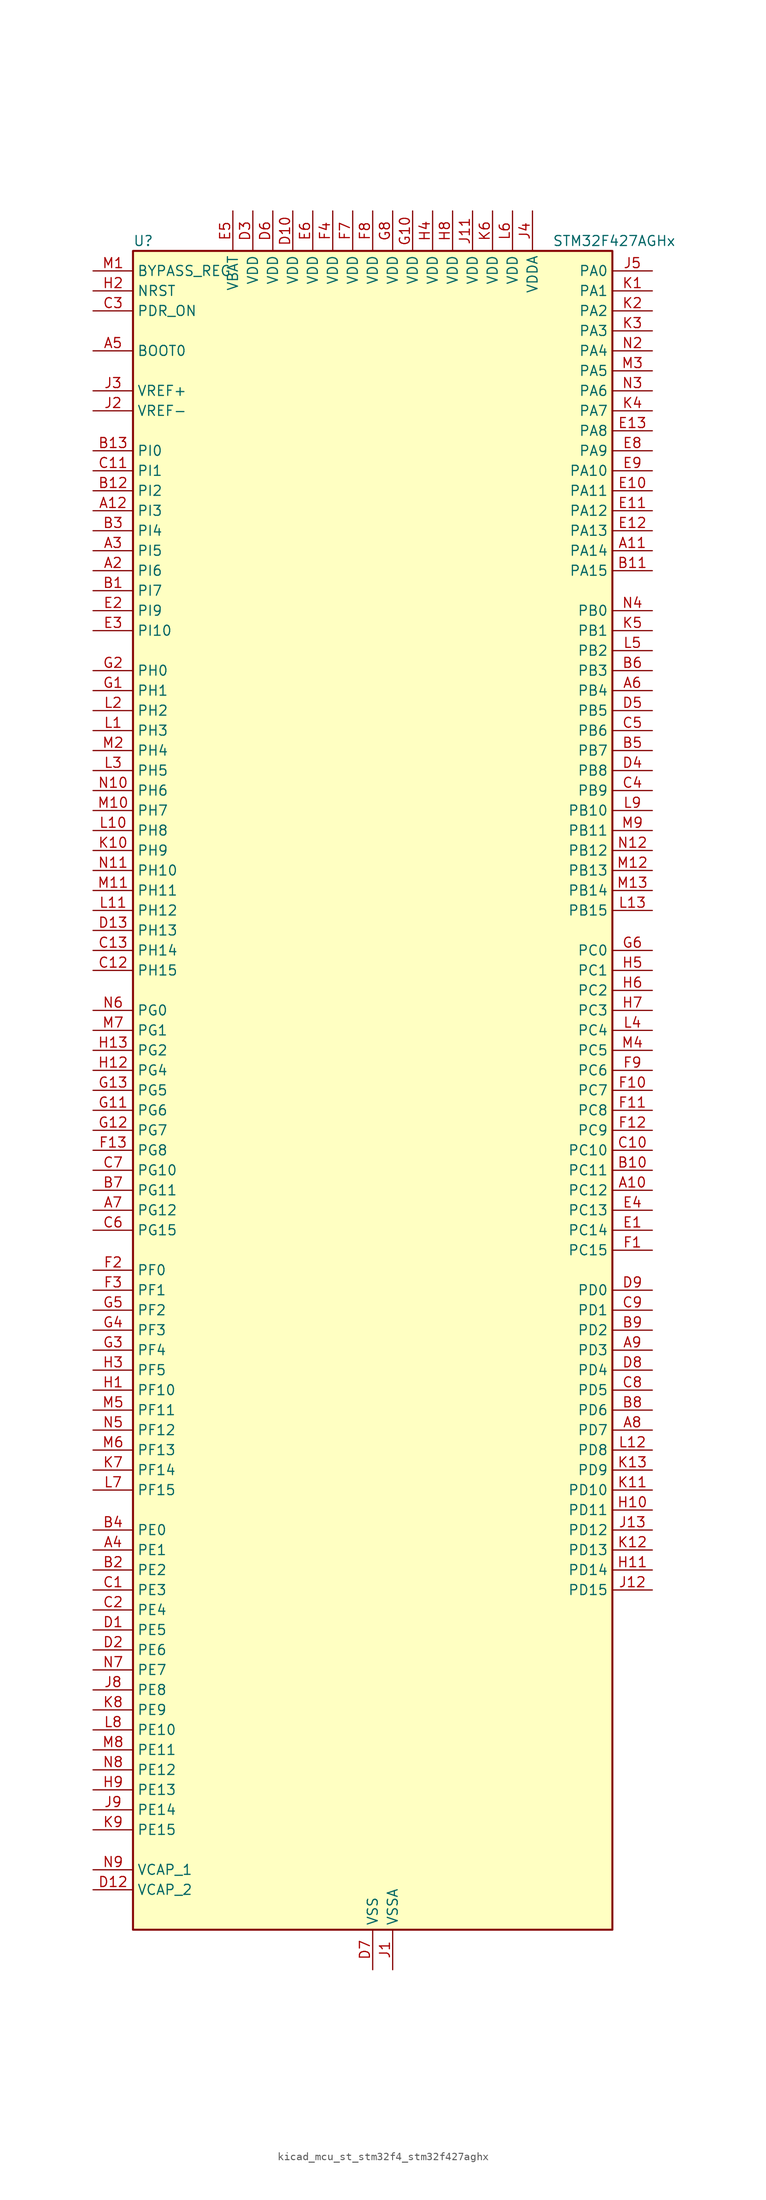
<source format=kicad_sym>
(kicad_symbol_lib
  (version 20220914)
  (generator kicad_symbol_editor)
  (symbol "kicad_mcu_st_stm32f4_stm32f427aghx"
    (property "Reference" "U"
      (at -30.48 107.95 0)
      (effects (font (size 1.27 1.27)) (justify left)))
    (property "Value" "STM32F427AGHx"
      (at 22.86 107.95 0)
      (effects (font (size 1.27 1.27)) (justify left)))
    (property "ki_locked" ""
      (at 0 0 0)
      (effects (font (size 1.27 1.27))))
    (symbol "kicad_mcu_st_stm32f4_stm32f427aghx_0_1"
      (rectangle (start -30.48 -106.68) (end 30.48 106.68) (stroke (width 0.254) (type default)) (fill (type background))))
    (symbol "kicad_mcu_st_stm32f4_stm32f427aghx_1_1"
      (pin no_connect line (at -30.48 -106.68 0) (length 5.08) hide (name "NC" (effects (font (size 1.27 1.27)))) (number "A1" (effects (font (size 1.27 1.27)))))
      (pin bidirectional line (at 35.56 -12.7 180) (length 5.08) (name "PC12" (effects (font (size 1.27 1.27)))) (number "A10" (effects (font (size 1.27 1.27)))) (alternate "DCMI_D9" bidirectional line) (alternate "I2S3_SD" bidirectional line) (alternate "SDIO_CK" bidirectional line) (alternate "SPI3_MOSI" bidirectional line) (alternate "UART5_TX" bidirectional line) (alternate "USART3_CK" bidirectional line))
      (pin bidirectional line (at 35.56 68.58 180) (length 5.08) (name "PA14" (effects (font (size 1.27 1.27)))) (number "A11" (effects (font (size 1.27 1.27)))) (alternate "SYS_JTCK-SWCLK" bidirectional line))
      (pin bidirectional line (at -35.56 73.66 0) (length 5.08) (name "PI3" (effects (font (size 1.27 1.27)))) (number "A12" (effects (font (size 1.27 1.27)))) (alternate "DCMI_D10" bidirectional line) (alternate "FMC_D27" bidirectional line) (alternate "I2S2_SD" bidirectional line) (alternate "SPI2_MOSI" bidirectional line) (alternate "TIM8_ETR" bidirectional line))
      (pin no_connect line (at -30.48 -104.14 0) (length 5.08) hide (name "NC" (effects (font (size 1.27 1.27)))) (number "A13" (effects (font (size 1.27 1.27)))))
      (pin bidirectional line (at -35.56 66.04 0) (length 5.08) (name "PI6" (effects (font (size 1.27 1.27)))) (number "A2" (effects (font (size 1.27 1.27)))) (alternate "DCMI_D6" bidirectional line) (alternate "FMC_D28" bidirectional line) (alternate "TIM8_CH2" bidirectional line))
      (pin bidirectional line (at -35.56 68.58 0) (length 5.08) (name "PI5" (effects (font (size 1.27 1.27)))) (number "A3" (effects (font (size 1.27 1.27)))) (alternate "DCMI_VSYNC" bidirectional line) (alternate "FMC_NBL3" bidirectional line) (alternate "TIM8_CH1" bidirectional line))
      (pin bidirectional line (at -35.56 -58.42 0) (length 5.08) (name "PE1" (effects (font (size 1.27 1.27)))) (number "A4" (effects (font (size 1.27 1.27)))) (alternate "DCMI_D3" bidirectional line) (alternate "FMC_NBL1" bidirectional line) (alternate "UART8_TX" bidirectional line))
      (pin input line (at -35.56 93.98 0) (length 5.08) (name "BOOT0" (effects (font (size 1.27 1.27)))) (number "A5" (effects (font (size 1.27 1.27)))))
      (pin bidirectional line (at 35.56 50.8 180) (length 5.08) (name "PB4" (effects (font (size 1.27 1.27)))) (number "A6" (effects (font (size 1.27 1.27)))) (alternate "I2S3_ext_SD" bidirectional line) (alternate "SPI1_MISO" bidirectional line) (alternate "SPI3_MISO" bidirectional line) (alternate "SYS_JTRST" bidirectional line) (alternate "TIM3_CH1" bidirectional line))
      (pin bidirectional line (at -35.56 -15.24 0) (length 5.08) (name "PG12" (effects (font (size 1.27 1.27)))) (number "A7" (effects (font (size 1.27 1.27)))) (alternate "FMC_NE4" bidirectional line) (alternate "USART6_RTS" bidirectional line))
      (pin bidirectional line (at 35.56 -43.18 180) (length 5.08) (name "PD7" (effects (font (size 1.27 1.27)))) (number "A8" (effects (font (size 1.27 1.27)))) (alternate "FMC_NCE2" bidirectional line) (alternate "FMC_NE1" bidirectional line) (alternate "USART2_CK" bidirectional line))
      (pin bidirectional line (at 35.56 -33.02 180) (length 5.08) (name "PD3" (effects (font (size 1.27 1.27)))) (number "A9" (effects (font (size 1.27 1.27)))) (alternate "DCMI_D5" bidirectional line) (alternate "FMC_CLK" bidirectional line) (alternate "I2S2_CK" bidirectional line) (alternate "SPI2_SCK" bidirectional line) (alternate "USART2_CTS" bidirectional line))
      (pin bidirectional line (at -35.56 63.5 0) (length 5.08) (name "PI7" (effects (font (size 1.27 1.27)))) (number "B1" (effects (font (size 1.27 1.27)))) (alternate "DCMI_D7" bidirectional line) (alternate "FMC_D29" bidirectional line) (alternate "TIM8_CH3" bidirectional line))
      (pin bidirectional line (at 35.56 -10.16 180) (length 5.08) (name "PC11" (effects (font (size 1.27 1.27)))) (number "B10" (effects (font (size 1.27 1.27)))) (alternate "ADC1_EXTI11" bidirectional line) (alternate "ADC2_EXTI11" bidirectional line) (alternate "ADC3_EXTI11" bidirectional line) (alternate "DCMI_D4" bidirectional line) (alternate "I2S3_ext_SD" bidirectional line) (alternate "SDIO_D3" bidirectional line) (alternate "SPI3_MISO" bidirectional line) (alternate "UART4_RX" bidirectional line) (alternate "USART3_RX" bidirectional line))
      (pin bidirectional line (at 35.56 66.04 180) (length 5.08) (name "PA15" (effects (font (size 1.27 1.27)))) (number "B11" (effects (font (size 1.27 1.27)))) (alternate "ADC1_EXTI15" bidirectional line) (alternate "ADC2_EXTI15" bidirectional line) (alternate "ADC3_EXTI15" bidirectional line) (alternate "I2S3_WS" bidirectional line) (alternate "SPI1_NSS" bidirectional line) (alternate "SPI3_NSS" bidirectional line) (alternate "SYS_JTDI" bidirectional line) (alternate "TIM2_CH1" bidirectional line) (alternate "TIM2_ETR" bidirectional line))
      (pin bidirectional line (at -35.56 76.2 0) (length 5.08) (name "PI2" (effects (font (size 1.27 1.27)))) (number "B12" (effects (font (size 1.27 1.27)))) (alternate "DCMI_D9" bidirectional line) (alternate "FMC_D26" bidirectional line) (alternate "I2S2_ext_SD" bidirectional line) (alternate "SPI2_MISO" bidirectional line) (alternate "TIM8_CH4" bidirectional line))
      (pin bidirectional line (at -35.56 81.28 0) (length 5.08) (name "PI0" (effects (font (size 1.27 1.27)))) (number "B13" (effects (font (size 1.27 1.27)))) (alternate "DCMI_D13" bidirectional line) (alternate "FMC_D24" bidirectional line) (alternate "I2S2_WS" bidirectional line) (alternate "SPI2_NSS" bidirectional line) (alternate "TIM5_CH4" bidirectional line))
      (pin bidirectional line (at -35.56 -60.96 0) (length 5.08) (name "PE2" (effects (font (size 1.27 1.27)))) (number "B2" (effects (font (size 1.27 1.27)))) (alternate "ETH_TXD3" bidirectional line) (alternate "FMC_A23" bidirectional line) (alternate "SAI1_MCLK_A" bidirectional line) (alternate "SPI4_SCK" bidirectional line) (alternate "SYS_TRACECLK" bidirectional line))
      (pin bidirectional line (at -35.56 71.12 0) (length 5.08) (name "PI4" (effects (font (size 1.27 1.27)))) (number "B3" (effects (font (size 1.27 1.27)))) (alternate "DCMI_D5" bidirectional line) (alternate "FMC_NBL2" bidirectional line) (alternate "TIM8_BKIN" bidirectional line))
      (pin bidirectional line (at -35.56 -55.88 0) (length 5.08) (name "PE0" (effects (font (size 1.27 1.27)))) (number "B4" (effects (font (size 1.27 1.27)))) (alternate "DCMI_D2" bidirectional line) (alternate "FMC_NBL0" bidirectional line) (alternate "TIM4_ETR" bidirectional line) (alternate "UART8_RX" bidirectional line))
      (pin bidirectional line (at 35.56 43.18 180) (length 5.08) (name "PB7" (effects (font (size 1.27 1.27)))) (number "B5" (effects (font (size 1.27 1.27)))) (alternate "DCMI_VSYNC" bidirectional line) (alternate "FMC_NL" bidirectional line) (alternate "I2C1_SDA" bidirectional line) (alternate "TIM4_CH2" bidirectional line) (alternate "USART1_RX" bidirectional line))
      (pin bidirectional line (at 35.56 53.34 180) (length 5.08) (name "PB3" (effects (font (size 1.27 1.27)))) (number "B6" (effects (font (size 1.27 1.27)))) (alternate "I2S3_CK" bidirectional line) (alternate "SPI1_SCK" bidirectional line) (alternate "SPI3_SCK" bidirectional line) (alternate "SYS_JTDO-SWO" bidirectional line) (alternate "TIM2_CH2" bidirectional line))
      (pin bidirectional line (at -35.56 -12.7 0) (length 5.08) (name "PG11" (effects (font (size 1.27 1.27)))) (number "B7" (effects (font (size 1.27 1.27)))) (alternate "ADC1_EXTI11" bidirectional line) (alternate "ADC2_EXTI11" bidirectional line) (alternate "ADC3_EXTI11" bidirectional line) (alternate "DCMI_D3" bidirectional line) (alternate "ETH_TX_EN" bidirectional line))
      (pin bidirectional line (at 35.56 -40.64 180) (length 5.08) (name "PD6" (effects (font (size 1.27 1.27)))) (number "B8" (effects (font (size 1.27 1.27)))) (alternate "DCMI_D10" bidirectional line) (alternate "FMC_NWAIT" bidirectional line) (alternate "I2S3_SD" bidirectional line) (alternate "SAI1_SD_A" bidirectional line) (alternate "SPI3_MOSI" bidirectional line) (alternate "USART2_RX" bidirectional line))
      (pin bidirectional line (at 35.56 -30.48 180) (length 5.08) (name "PD2" (effects (font (size 1.27 1.27)))) (number "B9" (effects (font (size 1.27 1.27)))) (alternate "DCMI_D11" bidirectional line) (alternate "SDIO_CMD" bidirectional line) (alternate "TIM3_ETR" bidirectional line) (alternate "UART5_RX" bidirectional line))
      (pin bidirectional line (at -35.56 -63.5 0) (length 5.08) (name "PE3" (effects (font (size 1.27 1.27)))) (number "C1" (effects (font (size 1.27 1.27)))) (alternate "FMC_A19" bidirectional line) (alternate "SAI1_SD_B" bidirectional line) (alternate "SYS_TRACED0" bidirectional line))
      (pin bidirectional line (at 35.56 -7.62 180) (length 5.08) (name "PC10" (effects (font (size 1.27 1.27)))) (number "C10" (effects (font (size 1.27 1.27)))) (alternate "DCMI_D8" bidirectional line) (alternate "I2S3_CK" bidirectional line) (alternate "SDIO_D2" bidirectional line) (alternate "SPI3_SCK" bidirectional line) (alternate "UART4_TX" bidirectional line) (alternate "USART3_TX" bidirectional line))
      (pin bidirectional line (at -35.56 78.74 0) (length 5.08) (name "PI1" (effects (font (size 1.27 1.27)))) (number "C11" (effects (font (size 1.27 1.27)))) (alternate "DCMI_D8" bidirectional line) (alternate "FMC_D25" bidirectional line) (alternate "I2S2_CK" bidirectional line) (alternate "SPI2_SCK" bidirectional line))
      (pin bidirectional line (at -35.56 15.24 0) (length 5.08) (name "PH15" (effects (font (size 1.27 1.27)))) (number "C12" (effects (font (size 1.27 1.27)))) (alternate "ADC1_EXTI15" bidirectional line) (alternate "ADC2_EXTI15" bidirectional line) (alternate "ADC3_EXTI15" bidirectional line) (alternate "DCMI_D11" bidirectional line) (alternate "FMC_D23" bidirectional line) (alternate "TIM8_CH3N" bidirectional line))
      (pin bidirectional line (at -35.56 17.78 0) (length 5.08) (name "PH14" (effects (font (size 1.27 1.27)))) (number "C13" (effects (font (size 1.27 1.27)))) (alternate "DCMI_D4" bidirectional line) (alternate "FMC_D22" bidirectional line) (alternate "TIM8_CH2N" bidirectional line))
      (pin bidirectional line (at -35.56 -66.04 0) (length 5.08) (name "PE4" (effects (font (size 1.27 1.27)))) (number "C2" (effects (font (size 1.27 1.27)))) (alternate "DCMI_D4" bidirectional line) (alternate "FMC_A20" bidirectional line) (alternate "SAI1_FS_A" bidirectional line) (alternate "SPI4_NSS" bidirectional line) (alternate "SYS_TRACED1" bidirectional line))
      (pin input line (at -35.56 99.06 0) (length 5.08) (name "PDR_ON" (effects (font (size 1.27 1.27)))) (number "C3" (effects (font (size 1.27 1.27)))))
      (pin bidirectional line (at 35.56 38.1 180) (length 5.08) (name "PB9" (effects (font (size 1.27 1.27)))) (number "C4" (effects (font (size 1.27 1.27)))) (alternate "CAN1_TX" bidirectional line) (alternate "DAC_EXTI9" bidirectional line) (alternate "DCMI_D7" bidirectional line) (alternate "I2C1_SDA" bidirectional line) (alternate "I2S2_WS" bidirectional line) (alternate "SDIO_D5" bidirectional line) (alternate "SPI2_NSS" bidirectional line) (alternate "TIM11_CH1" bidirectional line) (alternate "TIM4_CH4" bidirectional line))
      (pin bidirectional line (at 35.56 45.72 180) (length 5.08) (name "PB6" (effects (font (size 1.27 1.27)))) (number "C5" (effects (font (size 1.27 1.27)))) (alternate "CAN2_TX" bidirectional line) (alternate "DCMI_D5" bidirectional line) (alternate "FMC_SDNE1" bidirectional line) (alternate "I2C1_SCL" bidirectional line) (alternate "TIM4_CH1" bidirectional line) (alternate "USART1_TX" bidirectional line))
      (pin bidirectional line (at -35.56 -17.78 0) (length 5.08) (name "PG15" (effects (font (size 1.27 1.27)))) (number "C6" (effects (font (size 1.27 1.27)))) (alternate "ADC1_EXTI15" bidirectional line) (alternate "ADC2_EXTI15" bidirectional line) (alternate "ADC3_EXTI15" bidirectional line) (alternate "DCMI_D13" bidirectional line) (alternate "FMC_SDNCAS" bidirectional line) (alternate "USART6_CTS" bidirectional line))
      (pin bidirectional line (at -35.56 -10.16 0) (length 5.08) (name "PG10" (effects (font (size 1.27 1.27)))) (number "C7" (effects (font (size 1.27 1.27)))) (alternate "DCMI_D2" bidirectional line) (alternate "FMC_NE3" bidirectional line))
      (pin bidirectional line (at 35.56 -38.1 180) (length 5.08) (name "PD5" (effects (font (size 1.27 1.27)))) (number "C8" (effects (font (size 1.27 1.27)))) (alternate "FMC_NWE" bidirectional line) (alternate "USART2_TX" bidirectional line))
      (pin bidirectional line (at 35.56 -27.94 180) (length 5.08) (name "PD1" (effects (font (size 1.27 1.27)))) (number "C9" (effects (font (size 1.27 1.27)))) (alternate "CAN1_TX" bidirectional line) (alternate "FMC_D3" bidirectional line) (alternate "FMC_DA3" bidirectional line))
      (pin bidirectional line (at -35.56 -68.58 0) (length 5.08) (name "PE5" (effects (font (size 1.27 1.27)))) (number "D1" (effects (font (size 1.27 1.27)))) (alternate "DCMI_D6" bidirectional line) (alternate "FMC_A21" bidirectional line) (alternate "SAI1_SCK_A" bidirectional line) (alternate "SPI4_MISO" bidirectional line) (alternate "SYS_TRACED2" bidirectional line) (alternate "TIM9_CH1" bidirectional line))
      (pin power_in line (at -10.16 111.76 270) (length 5.08) (name "VDD" (effects (font (size 1.27 1.27)))) (number "D10" (effects (font (size 1.27 1.27)))))
      (pin passive line (at 0 -111.76 90) (length 5.08) hide (name "VSS" (effects (font (size 1.27 1.27)))) (number "D11" (effects (font (size 1.27 1.27)))))
      (pin power_out line (at -35.56 -101.6 0) (length 5.08) (name "VCAP_2" (effects (font (size 1.27 1.27)))) (number "D12" (effects (font (size 1.27 1.27)))))
      (pin bidirectional line (at -35.56 20.32 0) (length 5.08) (name "PH13" (effects (font (size 1.27 1.27)))) (number "D13" (effects (font (size 1.27 1.27)))) (alternate "CAN1_TX" bidirectional line) (alternate "FMC_D21" bidirectional line) (alternate "TIM8_CH1N" bidirectional line))
      (pin bidirectional line (at -35.56 -71.12 0) (length 5.08) (name "PE6" (effects (font (size 1.27 1.27)))) (number "D2" (effects (font (size 1.27 1.27)))) (alternate "DCMI_D7" bidirectional line) (alternate "FMC_A22" bidirectional line) (alternate "SAI1_SD_A" bidirectional line) (alternate "SPI4_MOSI" bidirectional line) (alternate "SYS_TRACED3" bidirectional line) (alternate "TIM9_CH2" bidirectional line))
      (pin power_in line (at -15.24 111.76 270) (length 5.08) (name "VDD" (effects (font (size 1.27 1.27)))) (number "D3" (effects (font (size 1.27 1.27)))))
      (pin bidirectional line (at 35.56 40.64 180) (length 5.08) (name "PB8" (effects (font (size 1.27 1.27)))) (number "D4" (effects (font (size 1.27 1.27)))) (alternate "CAN1_RX" bidirectional line) (alternate "DCMI_D6" bidirectional line) (alternate "ETH_TXD3" bidirectional line) (alternate "I2C1_SCL" bidirectional line) (alternate "SDIO_D4" bidirectional line) (alternate "TIM10_CH1" bidirectional line) (alternate "TIM4_CH3" bidirectional line))
      (pin bidirectional line (at 35.56 48.26 180) (length 5.08) (name "PB5" (effects (font (size 1.27 1.27)))) (number "D5" (effects (font (size 1.27 1.27)))) (alternate "CAN2_RX" bidirectional line) (alternate "DCMI_D10" bidirectional line) (alternate "ETH_PPS_OUT" bidirectional line) (alternate "FMC_SDCKE1" bidirectional line) (alternate "I2C1_SMBA" bidirectional line) (alternate "I2S3_SD" bidirectional line) (alternate "SPI1_MOSI" bidirectional line) (alternate "SPI3_MOSI" bidirectional line) (alternate "TIM3_CH2" bidirectional line) (alternate "USB_OTG_HS_ULPI_D7" bidirectional line))
      (pin power_in line (at -12.7 111.76 270) (length 5.08) (name "VDD" (effects (font (size 1.27 1.27)))) (number "D6" (effects (font (size 1.27 1.27)))))
      (pin power_in line (at 0 -111.76 90) (length 5.08) (name "VSS" (effects (font (size 1.27 1.27)))) (number "D7" (effects (font (size 1.27 1.27)))))
      (pin bidirectional line (at 35.56 -35.56 180) (length 5.08) (name "PD4" (effects (font (size 1.27 1.27)))) (number "D8" (effects (font (size 1.27 1.27)))) (alternate "FMC_NOE" bidirectional line) (alternate "USART2_RTS" bidirectional line))
      (pin bidirectional line (at 35.56 -25.4 180) (length 5.08) (name "PD0" (effects (font (size 1.27 1.27)))) (number "D9" (effects (font (size 1.27 1.27)))) (alternate "CAN1_RX" bidirectional line) (alternate "FMC_D2" bidirectional line) (alternate "FMC_DA2" bidirectional line))
      (pin bidirectional line (at 35.56 -17.78 180) (length 5.08) (name "PC14" (effects (font (size 1.27 1.27)))) (number "E1" (effects (font (size 1.27 1.27)))) (alternate "RCC_OSC32_IN" bidirectional line))
      (pin bidirectional line (at 35.56 76.2 180) (length 5.08) (name "PA11" (effects (font (size 1.27 1.27)))) (number "E10" (effects (font (size 1.27 1.27)))) (alternate "ADC1_EXTI11" bidirectional line) (alternate "ADC2_EXTI11" bidirectional line) (alternate "ADC3_EXTI11" bidirectional line) (alternate "CAN1_RX" bidirectional line) (alternate "TIM1_CH4" bidirectional line) (alternate "USART1_CTS" bidirectional line) (alternate "USB_OTG_FS_DM" bidirectional line))
      (pin bidirectional line (at 35.56 73.66 180) (length 5.08) (name "PA12" (effects (font (size 1.27 1.27)))) (number "E11" (effects (font (size 1.27 1.27)))) (alternate "CAN1_TX" bidirectional line) (alternate "TIM1_ETR" bidirectional line) (alternate "USART1_RTS" bidirectional line) (alternate "USB_OTG_FS_DP" bidirectional line))
      (pin bidirectional line (at 35.56 71.12 180) (length 5.08) (name "PA13" (effects (font (size 1.27 1.27)))) (number "E12" (effects (font (size 1.27 1.27)))) (alternate "SYS_JTMS-SWDIO" bidirectional line))
      (pin bidirectional line (at 35.56 83.82 180) (length 5.08) (name "PA8" (effects (font (size 1.27 1.27)))) (number "E13" (effects (font (size 1.27 1.27)))) (alternate "I2C3_SCL" bidirectional line) (alternate "RCC_MCO_1" bidirectional line) (alternate "TIM1_CH1" bidirectional line) (alternate "USART1_CK" bidirectional line) (alternate "USB_OTG_FS_SOF" bidirectional line))
      (pin bidirectional line (at -35.56 60.96 0) (length 5.08) (name "PI9" (effects (font (size 1.27 1.27)))) (number "E2" (effects (font (size 1.27 1.27)))) (alternate "CAN1_RX" bidirectional line) (alternate "DAC_EXTI9" bidirectional line) (alternate "FMC_D30" bidirectional line))
      (pin bidirectional line (at -35.56 58.42 0) (length 5.08) (name "PI10" (effects (font (size 1.27 1.27)))) (number "E3" (effects (font (size 1.27 1.27)))) (alternate "ETH_RX_ER" bidirectional line) (alternate "FMC_D31" bidirectional line))
      (pin bidirectional line (at 35.56 -15.24 180) (length 5.08) (name "PC13" (effects (font (size 1.27 1.27)))) (number "E4" (effects (font (size 1.27 1.27)))) (alternate "RTC_AF1" bidirectional line))
      (pin power_in line (at -17.78 111.76 270) (length 5.08) (name "VBAT" (effects (font (size 1.27 1.27)))) (number "E5" (effects (font (size 1.27 1.27)))))
      (pin power_in line (at -7.62 111.76 270) (length 5.08) (name "VDD" (effects (font (size 1.27 1.27)))) (number "E6" (effects (font (size 1.27 1.27)))))
      (pin passive line (at 0 -111.76 90) (length 5.08) hide (name "VSS" (effects (font (size 1.27 1.27)))) (number "E7" (effects (font (size 1.27 1.27)))))
      (pin bidirectional line (at 35.56 81.28 180) (length 5.08) (name "PA9" (effects (font (size 1.27 1.27)))) (number "E8" (effects (font (size 1.27 1.27)))) (alternate "DAC_EXTI9" bidirectional line) (alternate "DCMI_D0" bidirectional line) (alternate "I2C3_SMBA" bidirectional line) (alternate "TIM1_CH2" bidirectional line) (alternate "USART1_TX" bidirectional line) (alternate "USB_OTG_FS_VBUS" bidirectional line))
      (pin bidirectional line (at 35.56 78.74 180) (length 5.08) (name "PA10" (effects (font (size 1.27 1.27)))) (number "E9" (effects (font (size 1.27 1.27)))) (alternate "DCMI_D1" bidirectional line) (alternate "TIM1_CH3" bidirectional line) (alternate "USART1_RX" bidirectional line) (alternate "USB_OTG_FS_ID" bidirectional line))
      (pin bidirectional line (at 35.56 -20.32 180) (length 5.08) (name "PC15" (effects (font (size 1.27 1.27)))) (number "F1" (effects (font (size 1.27 1.27)))) (alternate "ADC1_EXTI15" bidirectional line) (alternate "ADC2_EXTI15" bidirectional line) (alternate "ADC3_EXTI15" bidirectional line) (alternate "RCC_OSC32_OUT" bidirectional line))
      (pin bidirectional line (at 35.56 0 180) (length 5.08) (name "PC7" (effects (font (size 1.27 1.27)))) (number "F10" (effects (font (size 1.27 1.27)))) (alternate "DCMI_D1" bidirectional line) (alternate "I2S3_MCK" bidirectional line) (alternate "SDIO_D7" bidirectional line) (alternate "TIM3_CH2" bidirectional line) (alternate "TIM8_CH2" bidirectional line) (alternate "USART6_RX" bidirectional line))
      (pin bidirectional line (at 35.56 -2.54 180) (length 5.08) (name "PC8" (effects (font (size 1.27 1.27)))) (number "F11" (effects (font (size 1.27 1.27)))) (alternate "DCMI_D2" bidirectional line) (alternate "SDIO_D0" bidirectional line) (alternate "TIM3_CH3" bidirectional line) (alternate "TIM8_CH3" bidirectional line) (alternate "USART6_CK" bidirectional line))
      (pin bidirectional line (at 35.56 -5.08 180) (length 5.08) (name "PC9" (effects (font (size 1.27 1.27)))) (number "F12" (effects (font (size 1.27 1.27)))) (alternate "DAC_EXTI9" bidirectional line) (alternate "DCMI_D3" bidirectional line) (alternate "I2C3_SDA" bidirectional line) (alternate "I2S_CKIN" bidirectional line) (alternate "RCC_MCO_2" bidirectional line) (alternate "SDIO_D1" bidirectional line) (alternate "TIM3_CH4" bidirectional line) (alternate "TIM8_CH4" bidirectional line))
      (pin bidirectional line (at -35.56 -7.62 0) (length 5.08) (name "PG8" (effects (font (size 1.27 1.27)))) (number "F13" (effects (font (size 1.27 1.27)))) (alternate "ETH_PPS_OUT" bidirectional line) (alternate "FMC_SDCLK" bidirectional line) (alternate "USART6_RTS" bidirectional line))
      (pin bidirectional line (at -35.56 -22.86 0) (length 5.08) (name "PF0" (effects (font (size 1.27 1.27)))) (number "F2" (effects (font (size 1.27 1.27)))) (alternate "FMC_A0" bidirectional line) (alternate "I2C2_SDA" bidirectional line))
      (pin bidirectional line (at -35.56 -25.4 0) (length 5.08) (name "PF1" (effects (font (size 1.27 1.27)))) (number "F3" (effects (font (size 1.27 1.27)))) (alternate "FMC_A1" bidirectional line) (alternate "I2C2_SCL" bidirectional line))
      (pin power_in line (at -5.08 111.76 270) (length 5.08) (name "VDD" (effects (font (size 1.27 1.27)))) (number "F4" (effects (font (size 1.27 1.27)))))
      (pin passive line (at 0 -111.76 90) (length 5.08) hide (name "VSS" (effects (font (size 1.27 1.27)))) (number "F5" (effects (font (size 1.27 1.27)))))
      (pin passive line (at 0 -111.76 90) (length 5.08) hide (name "VSS" (effects (font (size 1.27 1.27)))) (number "F6" (effects (font (size 1.27 1.27)))))
      (pin power_in line (at -2.54 111.76 270) (length 5.08) (name "VDD" (effects (font (size 1.27 1.27)))) (number "F7" (effects (font (size 1.27 1.27)))))
      (pin power_in line (at 0 111.76 270) (length 5.08) (name "VDD" (effects (font (size 1.27 1.27)))) (number "F8" (effects (font (size 1.27 1.27)))))
      (pin bidirectional line (at 35.56 2.54 180) (length 5.08) (name "PC6" (effects (font (size 1.27 1.27)))) (number "F9" (effects (font (size 1.27 1.27)))) (alternate "DCMI_D0" bidirectional line) (alternate "I2S2_MCK" bidirectional line) (alternate "SDIO_D6" bidirectional line) (alternate "TIM3_CH1" bidirectional line) (alternate "TIM8_CH1" bidirectional line) (alternate "USART6_TX" bidirectional line))
      (pin bidirectional line (at -35.56 50.8 0) (length 5.08) (name "PH1" (effects (font (size 1.27 1.27)))) (number "G1" (effects (font (size 1.27 1.27)))) (alternate "RCC_OSC_OUT" bidirectional line))
      (pin power_in line (at 5.08 111.76 270) (length 5.08) (name "VDD" (effects (font (size 1.27 1.27)))) (number "G10" (effects (font (size 1.27 1.27)))))
      (pin bidirectional line (at -35.56 -2.54 0) (length 5.08) (name "PG6" (effects (font (size 1.27 1.27)))) (number "G11" (effects (font (size 1.27 1.27)))) (alternate "DCMI_D12" bidirectional line) (alternate "FMC_INT2" bidirectional line))
      (pin bidirectional line (at -35.56 -5.08 0) (length 5.08) (name "PG7" (effects (font (size 1.27 1.27)))) (number "G12" (effects (font (size 1.27 1.27)))) (alternate "DCMI_D13" bidirectional line) (alternate "USART6_CK" bidirectional line))
      (pin bidirectional line (at -35.56 0 0) (length 5.08) (name "PG5" (effects (font (size 1.27 1.27)))) (number "G13" (effects (font (size 1.27 1.27)))) (alternate "FMC_A15" bidirectional line) (alternate "FMC_BA1" bidirectional line))
      (pin bidirectional line (at -35.56 53.34 0) (length 5.08) (name "PH0" (effects (font (size 1.27 1.27)))) (number "G2" (effects (font (size 1.27 1.27)))) (alternate "RCC_OSC_IN" bidirectional line))
      (pin bidirectional line (at -35.56 -33.02 0) (length 5.08) (name "PF4" (effects (font (size 1.27 1.27)))) (number "G3" (effects (font (size 1.27 1.27)))) (alternate "ADC3_IN14" bidirectional line) (alternate "FMC_A4" bidirectional line))
      (pin bidirectional line (at -35.56 -30.48 0) (length 5.08) (name "PF3" (effects (font (size 1.27 1.27)))) (number "G4" (effects (font (size 1.27 1.27)))) (alternate "ADC3_IN9" bidirectional line) (alternate "FMC_A3" bidirectional line))
      (pin bidirectional line (at -35.56 -27.94 0) (length 5.08) (name "PF2" (effects (font (size 1.27 1.27)))) (number "G5" (effects (font (size 1.27 1.27)))) (alternate "FMC_A2" bidirectional line) (alternate "I2C2_SMBA" bidirectional line))
      (pin bidirectional line (at 35.56 17.78 180) (length 5.08) (name "PC0" (effects (font (size 1.27 1.27)))) (number "G6" (effects (font (size 1.27 1.27)))) (alternate "ADC1_IN10" bidirectional line) (alternate "ADC2_IN10" bidirectional line) (alternate "ADC3_IN10" bidirectional line) (alternate "FMC_SDNWE" bidirectional line) (alternate "USB_OTG_HS_ULPI_STP" bidirectional line))
      (pin passive line (at 0 -111.76 90) (length 5.08) hide (name "VSS" (effects (font (size 1.27 1.27)))) (number "G7" (effects (font (size 1.27 1.27)))))
      (pin power_in line (at 2.54 111.76 270) (length 5.08) (name "VDD" (effects (font (size 1.27 1.27)))) (number "G8" (effects (font (size 1.27 1.27)))))
      (pin passive line (at 0 -111.76 90) (length 5.08) hide (name "VSS" (effects (font (size 1.27 1.27)))) (number "G9" (effects (font (size 1.27 1.27)))))
      (pin bidirectional line (at -35.56 -38.1 0) (length 5.08) (name "PF10" (effects (font (size 1.27 1.27)))) (number "H1" (effects (font (size 1.27 1.27)))) (alternate "ADC3_IN8" bidirectional line) (alternate "DCMI_D11" bidirectional line))
      (pin bidirectional line (at 35.56 -53.34 180) (length 5.08) (name "PD11" (effects (font (size 1.27 1.27)))) (number "H10" (effects (font (size 1.27 1.27)))) (alternate "ADC1_EXTI11" bidirectional line) (alternate "ADC2_EXTI11" bidirectional line) (alternate "ADC3_EXTI11" bidirectional line) (alternate "FMC_A16" bidirectional line) (alternate "FMC_CLE" bidirectional line) (alternate "USART3_CTS" bidirectional line))
      (pin bidirectional line (at 35.56 -60.96 180) (length 5.08) (name "PD14" (effects (font (size 1.27 1.27)))) (number "H11" (effects (font (size 1.27 1.27)))) (alternate "FMC_D0" bidirectional line) (alternate "FMC_DA0" bidirectional line) (alternate "TIM4_CH3" bidirectional line))
      (pin bidirectional line (at -35.56 2.54 0) (length 5.08) (name "PG4" (effects (font (size 1.27 1.27)))) (number "H12" (effects (font (size 1.27 1.27)))) (alternate "FMC_A14" bidirectional line) (alternate "FMC_BA0" bidirectional line))
      (pin bidirectional line (at -35.56 5.08 0) (length 5.08) (name "PG2" (effects (font (size 1.27 1.27)))) (number "H13" (effects (font (size 1.27 1.27)))) (alternate "FMC_A12" bidirectional line))
      (pin input line (at -35.56 101.6 0) (length 5.08) (name "NRST" (effects (font (size 1.27 1.27)))) (number "H2" (effects (font (size 1.27 1.27)))))
      (pin bidirectional line (at -35.56 -35.56 0) (length 5.08) (name "PF5" (effects (font (size 1.27 1.27)))) (number "H3" (effects (font (size 1.27 1.27)))) (alternate "ADC3_IN15" bidirectional line) (alternate "FMC_A5" bidirectional line))
      (pin power_in line (at 7.62 111.76 270) (length 5.08) (name "VDD" (effects (font (size 1.27 1.27)))) (number "H4" (effects (font (size 1.27 1.27)))))
      (pin bidirectional line (at 35.56 15.24 180) (length 5.08) (name "PC1" (effects (font (size 1.27 1.27)))) (number "H5" (effects (font (size 1.27 1.27)))) (alternate "ADC1_IN11" bidirectional line) (alternate "ADC2_IN11" bidirectional line) (alternate "ADC3_IN11" bidirectional line) (alternate "ETH_MDC" bidirectional line))
      (pin bidirectional line (at 35.56 12.7 180) (length 5.08) (name "PC2" (effects (font (size 1.27 1.27)))) (number "H6" (effects (font (size 1.27 1.27)))) (alternate "ADC1_IN12" bidirectional line) (alternate "ADC2_IN12" bidirectional line) (alternate "ADC3_IN12" bidirectional line) (alternate "ETH_TXD2" bidirectional line) (alternate "FMC_SDNE0" bidirectional line) (alternate "I2S2_ext_SD" bidirectional line) (alternate "SPI2_MISO" bidirectional line) (alternate "USB_OTG_HS_ULPI_DIR" bidirectional line))
      (pin bidirectional line (at 35.56 10.16 180) (length 5.08) (name "PC3" (effects (font (size 1.27 1.27)))) (number "H7" (effects (font (size 1.27 1.27)))) (alternate "ADC1_IN13" bidirectional line) (alternate "ADC2_IN13" bidirectional line) (alternate "ADC3_IN13" bidirectional line) (alternate "ETH_TX_CLK" bidirectional line) (alternate "FMC_SDCKE0" bidirectional line) (alternate "I2S2_SD" bidirectional line) (alternate "SPI2_MOSI" bidirectional line) (alternate "USB_OTG_HS_ULPI_NXT" bidirectional line))
      (pin power_in line (at 10.16 111.76 270) (length 5.08) (name "VDD" (effects (font (size 1.27 1.27)))) (number "H8" (effects (font (size 1.27 1.27)))))
      (pin bidirectional line (at -35.56 -88.9 0) (length 5.08) (name "PE13" (effects (font (size 1.27 1.27)))) (number "H9" (effects (font (size 1.27 1.27)))) (alternate "FMC_D10" bidirectional line) (alternate "FMC_DA10" bidirectional line) (alternate "SPI4_MISO" bidirectional line) (alternate "TIM1_CH3" bidirectional line))
      (pin power_in line (at 2.54 -111.76 90) (length 5.08) (name "VSSA" (effects (font (size 1.27 1.27)))) (number "J1" (effects (font (size 1.27 1.27)))))
      (pin passive line (at 0 -111.76 90) (length 5.08) hide (name "VSS" (effects (font (size 1.27 1.27)))) (number "J10" (effects (font (size 1.27 1.27)))))
      (pin power_in line (at 12.7 111.76 270) (length 5.08) (name "VDD" (effects (font (size 1.27 1.27)))) (number "J11" (effects (font (size 1.27 1.27)))))
      (pin bidirectional line (at 35.56 -63.5 180) (length 5.08) (name "PD15" (effects (font (size 1.27 1.27)))) (number "J12" (effects (font (size 1.27 1.27)))) (alternate "ADC1_EXTI15" bidirectional line) (alternate "ADC2_EXTI15" bidirectional line) (alternate "ADC3_EXTI15" bidirectional line) (alternate "FMC_D1" bidirectional line) (alternate "FMC_DA1" bidirectional line) (alternate "TIM4_CH4" bidirectional line))
      (pin bidirectional line (at 35.56 -55.88 180) (length 5.08) (name "PD12" (effects (font (size 1.27 1.27)))) (number "J13" (effects (font (size 1.27 1.27)))) (alternate "FMC_A17" bidirectional line) (alternate "FMC_ALE" bidirectional line) (alternate "TIM4_CH1" bidirectional line) (alternate "USART3_RTS" bidirectional line))
      (pin input line (at -35.56 86.36 0) (length 5.08) (name "VREF-" (effects (font (size 1.27 1.27)))) (number "J2" (effects (font (size 1.27 1.27)))))
      (pin input line (at -35.56 88.9 0) (length 5.08) (name "VREF+" (effects (font (size 1.27 1.27)))) (number "J3" (effects (font (size 1.27 1.27)))))
      (pin power_in line (at 20.32 111.76 270) (length 5.08) (name "VDDA" (effects (font (size 1.27 1.27)))) (number "J4" (effects (font (size 1.27 1.27)))))
      (pin bidirectional line (at 35.56 104.14 180) (length 5.08) (name "PA0" (effects (font (size 1.27 1.27)))) (number "J5" (effects (font (size 1.27 1.27)))) (alternate "ADC1_IN0" bidirectional line) (alternate "ADC2_IN0" bidirectional line) (alternate "ADC3_IN0" bidirectional line) (alternate "ETH_CRS" bidirectional line) (alternate "SYS_WKUP" bidirectional line) (alternate "TIM2_CH1" bidirectional line) (alternate "TIM2_ETR" bidirectional line) (alternate "TIM5_CH1" bidirectional line) (alternate "TIM8_ETR" bidirectional line) (alternate "UART4_TX" bidirectional line) (alternate "USART2_CTS" bidirectional line))
      (pin passive line (at 0 -111.76 90) (length 5.08) hide (name "VSS" (effects (font (size 1.27 1.27)))) (number "J6" (effects (font (size 1.27 1.27)))))
      (pin passive line (at 0 -111.76 90) (length 5.08) hide (name "VSS" (effects (font (size 1.27 1.27)))) (number "J7" (effects (font (size 1.27 1.27)))))
      (pin bidirectional line (at -35.56 -76.2 0) (length 5.08) (name "PE8" (effects (font (size 1.27 1.27)))) (number "J8" (effects (font (size 1.27 1.27)))) (alternate "FMC_D5" bidirectional line) (alternate "FMC_DA5" bidirectional line) (alternate "TIM1_CH1N" bidirectional line) (alternate "UART7_TX" bidirectional line))
      (pin bidirectional line (at -35.56 -91.44 0) (length 5.08) (name "PE14" (effects (font (size 1.27 1.27)))) (number "J9" (effects (font (size 1.27 1.27)))) (alternate "FMC_D11" bidirectional line) (alternate "FMC_DA11" bidirectional line) (alternate "SPI4_MOSI" bidirectional line) (alternate "TIM1_CH4" bidirectional line))
      (pin bidirectional line (at 35.56 101.6 180) (length 5.08) (name "PA1" (effects (font (size 1.27 1.27)))) (number "K1" (effects (font (size 1.27 1.27)))) (alternate "ADC1_IN1" bidirectional line) (alternate "ADC2_IN1" bidirectional line) (alternate "ADC3_IN1" bidirectional line) (alternate "ETH_REF_CLK" bidirectional line) (alternate "ETH_RX_CLK" bidirectional line) (alternate "TIM2_CH2" bidirectional line) (alternate "TIM5_CH2" bidirectional line) (alternate "UART4_RX" bidirectional line) (alternate "USART2_RTS" bidirectional line))
      (pin bidirectional line (at -35.56 30.48 0) (length 5.08) (name "PH9" (effects (font (size 1.27 1.27)))) (number "K10" (effects (font (size 1.27 1.27)))) (alternate "DAC_EXTI9" bidirectional line) (alternate "DCMI_D0" bidirectional line) (alternate "FMC_D17" bidirectional line) (alternate "I2C3_SMBA" bidirectional line) (alternate "TIM12_CH2" bidirectional line))
      (pin bidirectional line (at 35.56 -50.8 180) (length 5.08) (name "PD10" (effects (font (size 1.27 1.27)))) (number "K11" (effects (font (size 1.27 1.27)))) (alternate "FMC_D15" bidirectional line) (alternate "FMC_DA15" bidirectional line) (alternate "USART3_CK" bidirectional line))
      (pin bidirectional line (at 35.56 -58.42 180) (length 5.08) (name "PD13" (effects (font (size 1.27 1.27)))) (number "K12" (effects (font (size 1.27 1.27)))) (alternate "FMC_A18" bidirectional line) (alternate "TIM4_CH2" bidirectional line))
      (pin bidirectional line (at 35.56 -48.26 180) (length 5.08) (name "PD9" (effects (font (size 1.27 1.27)))) (number "K13" (effects (font (size 1.27 1.27)))) (alternate "DAC_EXTI9" bidirectional line) (alternate "FMC_D14" bidirectional line) (alternate "FMC_DA14" bidirectional line) (alternate "USART3_RX" bidirectional line))
      (pin bidirectional line (at 35.56 99.06 180) (length 5.08) (name "PA2" (effects (font (size 1.27 1.27)))) (number "K2" (effects (font (size 1.27 1.27)))) (alternate "ADC1_IN2" bidirectional line) (alternate "ADC2_IN2" bidirectional line) (alternate "ADC3_IN2" bidirectional line) (alternate "ETH_MDIO" bidirectional line) (alternate "TIM2_CH3" bidirectional line) (alternate "TIM5_CH3" bidirectional line) (alternate "TIM9_CH1" bidirectional line) (alternate "USART2_TX" bidirectional line))
      (pin bidirectional line (at 35.56 96.52 180) (length 5.08) (name "PA3" (effects (font (size 1.27 1.27)))) (number "K3" (effects (font (size 1.27 1.27)))) (alternate "ADC1_IN3" bidirectional line) (alternate "ADC2_IN3" bidirectional line) (alternate "ADC3_IN3" bidirectional line) (alternate "ETH_COL" bidirectional line) (alternate "TIM2_CH4" bidirectional line) (alternate "TIM5_CH4" bidirectional line) (alternate "TIM9_CH2" bidirectional line) (alternate "USART2_RX" bidirectional line) (alternate "USB_OTG_HS_ULPI_D0" bidirectional line))
      (pin bidirectional line (at 35.56 86.36 180) (length 5.08) (name "PA7" (effects (font (size 1.27 1.27)))) (number "K4" (effects (font (size 1.27 1.27)))) (alternate "ADC1_IN7" bidirectional line) (alternate "ADC2_IN7" bidirectional line) (alternate "ETH_CRS_DV" bidirectional line) (alternate "ETH_RX_DV" bidirectional line) (alternate "SPI1_MOSI" bidirectional line) (alternate "TIM14_CH1" bidirectional line) (alternate "TIM1_CH1N" bidirectional line) (alternate "TIM3_CH2" bidirectional line) (alternate "TIM8_CH1N" bidirectional line))
      (pin bidirectional line (at 35.56 58.42 180) (length 5.08) (name "PB1" (effects (font (size 1.27 1.27)))) (number "K5" (effects (font (size 1.27 1.27)))) (alternate "ADC1_IN9" bidirectional line) (alternate "ADC2_IN9" bidirectional line) (alternate "ETH_RXD3" bidirectional line) (alternate "TIM1_CH3N" bidirectional line) (alternate "TIM3_CH4" bidirectional line) (alternate "TIM8_CH3N" bidirectional line) (alternate "USB_OTG_HS_ULPI_D2" bidirectional line))
      (pin power_in line (at 15.24 111.76 270) (length 5.08) (name "VDD" (effects (font (size 1.27 1.27)))) (number "K6" (effects (font (size 1.27 1.27)))))
      (pin bidirectional line (at -35.56 -48.26 0) (length 5.08) (name "PF14" (effects (font (size 1.27 1.27)))) (number "K7" (effects (font (size 1.27 1.27)))) (alternate "FMC_A8" bidirectional line))
      (pin bidirectional line (at -35.56 -78.74 0) (length 5.08) (name "PE9" (effects (font (size 1.27 1.27)))) (number "K8" (effects (font (size 1.27 1.27)))) (alternate "DAC_EXTI9" bidirectional line) (alternate "FMC_D6" bidirectional line) (alternate "FMC_DA6" bidirectional line) (alternate "TIM1_CH1" bidirectional line))
      (pin bidirectional line (at -35.56 -93.98 0) (length 5.08) (name "PE15" (effects (font (size 1.27 1.27)))) (number "K9" (effects (font (size 1.27 1.27)))) (alternate "ADC1_EXTI15" bidirectional line) (alternate "ADC2_EXTI15" bidirectional line) (alternate "ADC3_EXTI15" bidirectional line) (alternate "FMC_D12" bidirectional line) (alternate "FMC_DA12" bidirectional line) (alternate "TIM1_BKIN" bidirectional line))
      (pin bidirectional line (at -35.56 45.72 0) (length 5.08) (name "PH3" (effects (font (size 1.27 1.27)))) (number "L1" (effects (font (size 1.27 1.27)))) (alternate "ETH_COL" bidirectional line) (alternate "FMC_SDNE0" bidirectional line))
      (pin bidirectional line (at -35.56 33.02 0) (length 5.08) (name "PH8" (effects (font (size 1.27 1.27)))) (number "L10" (effects (font (size 1.27 1.27)))) (alternate "DCMI_HSYNC" bidirectional line) (alternate "FMC_D16" bidirectional line) (alternate "I2C3_SDA" bidirectional line))
      (pin bidirectional line (at -35.56 22.86 0) (length 5.08) (name "PH12" (effects (font (size 1.27 1.27)))) (number "L11" (effects (font (size 1.27 1.27)))) (alternate "DCMI_D3" bidirectional line) (alternate "FMC_D20" bidirectional line) (alternate "TIM5_CH3" bidirectional line))
      (pin bidirectional line (at 35.56 -45.72 180) (length 5.08) (name "PD8" (effects (font (size 1.27 1.27)))) (number "L12" (effects (font (size 1.27 1.27)))) (alternate "FMC_D13" bidirectional line) (alternate "FMC_DA13" bidirectional line) (alternate "USART3_TX" bidirectional line))
      (pin bidirectional line (at 35.56 22.86 180) (length 5.08) (name "PB15" (effects (font (size 1.27 1.27)))) (number "L13" (effects (font (size 1.27 1.27)))) (alternate "ADC1_EXTI15" bidirectional line) (alternate "ADC2_EXTI15" bidirectional line) (alternate "ADC3_EXTI15" bidirectional line) (alternate "I2S2_SD" bidirectional line) (alternate "RTC_REFIN" bidirectional line) (alternate "SPI2_MOSI" bidirectional line) (alternate "TIM12_CH2" bidirectional line) (alternate "TIM1_CH3N" bidirectional line) (alternate "TIM8_CH3N" bidirectional line) (alternate "USB_OTG_HS_DP" bidirectional line))
      (pin bidirectional line (at -35.56 48.26 0) (length 5.08) (name "PH2" (effects (font (size 1.27 1.27)))) (number "L2" (effects (font (size 1.27 1.27)))) (alternate "ETH_CRS" bidirectional line) (alternate "FMC_SDCKE0" bidirectional line))
      (pin bidirectional line (at -35.56 40.64 0) (length 5.08) (name "PH5" (effects (font (size 1.27 1.27)))) (number "L3" (effects (font (size 1.27 1.27)))) (alternate "FMC_SDNWE" bidirectional line) (alternate "I2C2_SDA" bidirectional line) (alternate "SPI5_NSS" bidirectional line))
      (pin bidirectional line (at 35.56 7.62 180) (length 5.08) (name "PC4" (effects (font (size 1.27 1.27)))) (number "L4" (effects (font (size 1.27 1.27)))) (alternate "ADC1_IN14" bidirectional line) (alternate "ADC2_IN14" bidirectional line) (alternate "ETH_RXD0" bidirectional line))
      (pin bidirectional line (at 35.56 55.88 180) (length 5.08) (name "PB2" (effects (font (size 1.27 1.27)))) (number "L5" (effects (font (size 1.27 1.27)))))
      (pin power_in line (at 17.78 111.76 270) (length 5.08) (name "VDD" (effects (font (size 1.27 1.27)))) (number "L6" (effects (font (size 1.27 1.27)))))
      (pin bidirectional line (at -35.56 -50.8 0) (length 5.08) (name "PF15" (effects (font (size 1.27 1.27)))) (number "L7" (effects (font (size 1.27 1.27)))) (alternate "ADC1_EXTI15" bidirectional line) (alternate "ADC2_EXTI15" bidirectional line) (alternate "ADC3_EXTI15" bidirectional line) (alternate "FMC_A9" bidirectional line))
      (pin bidirectional line (at -35.56 -81.28 0) (length 5.08) (name "PE10" (effects (font (size 1.27 1.27)))) (number "L8" (effects (font (size 1.27 1.27)))) (alternate "FMC_D7" bidirectional line) (alternate "FMC_DA7" bidirectional line) (alternate "TIM1_CH2N" bidirectional line))
      (pin bidirectional line (at 35.56 35.56 180) (length 5.08) (name "PB10" (effects (font (size 1.27 1.27)))) (number "L9" (effects (font (size 1.27 1.27)))) (alternate "ETH_RX_ER" bidirectional line) (alternate "I2C2_SCL" bidirectional line) (alternate "I2S2_CK" bidirectional line) (alternate "SPI2_SCK" bidirectional line) (alternate "TIM2_CH3" bidirectional line) (alternate "USART3_TX" bidirectional line) (alternate "USB_OTG_HS_ULPI_D3" bidirectional line))
      (pin input line (at -35.56 104.14 0) (length 5.08) (name "BYPASS_REG" (effects (font (size 1.27 1.27)))) (number "M1" (effects (font (size 1.27 1.27)))))
      (pin bidirectional line (at -35.56 35.56 0) (length 5.08) (name "PH7" (effects (font (size 1.27 1.27)))) (number "M10" (effects (font (size 1.27 1.27)))) (alternate "DCMI_D9" bidirectional line) (alternate "ETH_RXD3" bidirectional line) (alternate "FMC_SDCKE1" bidirectional line) (alternate "I2C3_SCL" bidirectional line) (alternate "SPI5_MISO" bidirectional line))
      (pin bidirectional line (at -35.56 25.4 0) (length 5.08) (name "PH11" (effects (font (size 1.27 1.27)))) (number "M11" (effects (font (size 1.27 1.27)))) (alternate "ADC1_EXTI11" bidirectional line) (alternate "ADC2_EXTI11" bidirectional line) (alternate "ADC3_EXTI11" bidirectional line) (alternate "DCMI_D2" bidirectional line) (alternate "FMC_D19" bidirectional line) (alternate "TIM5_CH2" bidirectional line))
      (pin bidirectional line (at 35.56 27.94 180) (length 5.08) (name "PB13" (effects (font (size 1.27 1.27)))) (number "M12" (effects (font (size 1.27 1.27)))) (alternate "CAN2_TX" bidirectional line) (alternate "ETH_TXD1" bidirectional line) (alternate "I2S2_CK" bidirectional line) (alternate "SPI2_SCK" bidirectional line) (alternate "TIM1_CH1N" bidirectional line) (alternate "USART3_CTS" bidirectional line) (alternate "USB_OTG_HS_ULPI_D6" bidirectional line) (alternate "USB_OTG_HS_VBUS" bidirectional line))
      (pin bidirectional line (at 35.56 25.4 180) (length 5.08) (name "PB14" (effects (font (size 1.27 1.27)))) (number "M13" (effects (font (size 1.27 1.27)))) (alternate "I2S2_ext_SD" bidirectional line) (alternate "SPI2_MISO" bidirectional line) (alternate "TIM12_CH1" bidirectional line) (alternate "TIM1_CH2N" bidirectional line) (alternate "TIM8_CH2N" bidirectional line) (alternate "USART3_RTS" bidirectional line) (alternate "USB_OTG_HS_DM" bidirectional line))
      (pin bidirectional line (at -35.56 43.18 0) (length 5.08) (name "PH4" (effects (font (size 1.27 1.27)))) (number "M2" (effects (font (size 1.27 1.27)))) (alternate "I2C2_SCL" bidirectional line) (alternate "USB_OTG_HS_ULPI_NXT" bidirectional line))
      (pin bidirectional line (at 35.56 91.44 180) (length 5.08) (name "PA5" (effects (font (size 1.27 1.27)))) (number "M3" (effects (font (size 1.27 1.27)))) (alternate "ADC1_IN5" bidirectional line) (alternate "ADC2_IN5" bidirectional line) (alternate "DAC_OUT2" bidirectional line) (alternate "SPI1_SCK" bidirectional line) (alternate "TIM2_CH1" bidirectional line) (alternate "TIM2_ETR" bidirectional line) (alternate "TIM8_CH1N" bidirectional line) (alternate "USB_OTG_HS_ULPI_CK" bidirectional line))
      (pin bidirectional line (at 35.56 5.08 180) (length 5.08) (name "PC5" (effects (font (size 1.27 1.27)))) (number "M4" (effects (font (size 1.27 1.27)))) (alternate "ADC1_IN15" bidirectional line) (alternate "ADC2_IN15" bidirectional line) (alternate "ETH_RXD1" bidirectional line))
      (pin bidirectional line (at -35.56 -40.64 0) (length 5.08) (name "PF11" (effects (font (size 1.27 1.27)))) (number "M5" (effects (font (size 1.27 1.27)))) (alternate "ADC1_EXTI11" bidirectional line) (alternate "ADC2_EXTI11" bidirectional line) (alternate "ADC3_EXTI11" bidirectional line) (alternate "DCMI_D12" bidirectional line) (alternate "FMC_SDNRAS" bidirectional line) (alternate "SPI5_MOSI" bidirectional line))
      (pin bidirectional line (at -35.56 -45.72 0) (length 5.08) (name "PF13" (effects (font (size 1.27 1.27)))) (number "M6" (effects (font (size 1.27 1.27)))) (alternate "FMC_A7" bidirectional line))
      (pin bidirectional line (at -35.56 7.62 0) (length 5.08) (name "PG1" (effects (font (size 1.27 1.27)))) (number "M7" (effects (font (size 1.27 1.27)))) (alternate "FMC_A11" bidirectional line))
      (pin bidirectional line (at -35.56 -83.82 0) (length 5.08) (name "PE11" (effects (font (size 1.27 1.27)))) (number "M8" (effects (font (size 1.27 1.27)))) (alternate "ADC1_EXTI11" bidirectional line) (alternate "ADC2_EXTI11" bidirectional line) (alternate "ADC3_EXTI11" bidirectional line) (alternate "FMC_D8" bidirectional line) (alternate "FMC_DA8" bidirectional line) (alternate "SPI4_NSS" bidirectional line) (alternate "TIM1_CH2" bidirectional line))
      (pin bidirectional line (at 35.56 33.02 180) (length 5.08) (name "PB11" (effects (font (size 1.27 1.27)))) (number "M9" (effects (font (size 1.27 1.27)))) (alternate "ADC1_EXTI11" bidirectional line) (alternate "ADC2_EXTI11" bidirectional line) (alternate "ADC3_EXTI11" bidirectional line) (alternate "ETH_TX_EN" bidirectional line) (alternate "I2C2_SDA" bidirectional line) (alternate "TIM2_CH4" bidirectional line) (alternate "USART3_RX" bidirectional line) (alternate "USB_OTG_HS_ULPI_D4" bidirectional line))
      (pin no_connect line (at -30.48 -101.6 0) (length 5.08) hide (name "NC" (effects (font (size 1.27 1.27)))) (number "N1" (effects (font (size 1.27 1.27)))))
      (pin bidirectional line (at -35.56 38.1 0) (length 5.08) (name "PH6" (effects (font (size 1.27 1.27)))) (number "N10" (effects (font (size 1.27 1.27)))) (alternate "DCMI_D8" bidirectional line) (alternate "ETH_RXD2" bidirectional line) (alternate "FMC_SDNE1" bidirectional line) (alternate "I2C2_SMBA" bidirectional line) (alternate "SPI5_SCK" bidirectional line) (alternate "TIM12_CH1" bidirectional line))
      (pin bidirectional line (at -35.56 27.94 0) (length 5.08) (name "PH10" (effects (font (size 1.27 1.27)))) (number "N11" (effects (font (size 1.27 1.27)))) (alternate "DCMI_D1" bidirectional line) (alternate "FMC_D18" bidirectional line) (alternate "TIM5_CH1" bidirectional line))
      (pin bidirectional line (at 35.56 30.48 180) (length 5.08) (name "PB12" (effects (font (size 1.27 1.27)))) (number "N12" (effects (font (size 1.27 1.27)))) (alternate "CAN2_RX" bidirectional line) (alternate "ETH_TXD0" bidirectional line) (alternate "I2C2_SMBA" bidirectional line) (alternate "I2S2_WS" bidirectional line) (alternate "SPI2_NSS" bidirectional line) (alternate "TIM1_BKIN" bidirectional line) (alternate "USART3_CK" bidirectional line) (alternate "USB_OTG_HS_ID" bidirectional line) (alternate "USB_OTG_HS_ULPI_D5" bidirectional line))
      (pin no_connect line (at -30.48 -99.06 0) (length 5.08) hide (name "NC" (effects (font (size 1.27 1.27)))) (number "N13" (effects (font (size 1.27 1.27)))))
      (pin bidirectional line (at 35.56 93.98 180) (length 5.08) (name "PA4" (effects (font (size 1.27 1.27)))) (number "N2" (effects (font (size 1.27 1.27)))) (alternate "ADC1_IN4" bidirectional line) (alternate "ADC2_IN4" bidirectional line) (alternate "DAC_OUT1" bidirectional line) (alternate "DCMI_HSYNC" bidirectional line) (alternate "I2S3_WS" bidirectional line) (alternate "SPI1_NSS" bidirectional line) (alternate "SPI3_NSS" bidirectional line) (alternate "USART2_CK" bidirectional line) (alternate "USB_OTG_HS_SOF" bidirectional line))
      (pin bidirectional line (at 35.56 88.9 180) (length 5.08) (name "PA6" (effects (font (size 1.27 1.27)))) (number "N3" (effects (font (size 1.27 1.27)))) (alternate "ADC1_IN6" bidirectional line) (alternate "ADC2_IN6" bidirectional line) (alternate "DCMI_PIXCLK" bidirectional line) (alternate "SPI1_MISO" bidirectional line) (alternate "TIM13_CH1" bidirectional line) (alternate "TIM1_BKIN" bidirectional line) (alternate "TIM3_CH1" bidirectional line) (alternate "TIM8_BKIN" bidirectional line))
      (pin bidirectional line (at 35.56 60.96 180) (length 5.08) (name "PB0" (effects (font (size 1.27 1.27)))) (number "N4" (effects (font (size 1.27 1.27)))) (alternate "ADC1_IN8" bidirectional line) (alternate "ADC2_IN8" bidirectional line) (alternate "ETH_RXD2" bidirectional line) (alternate "TIM1_CH2N" bidirectional line) (alternate "TIM3_CH3" bidirectional line) (alternate "TIM8_CH2N" bidirectional line) (alternate "USB_OTG_HS_ULPI_D1" bidirectional line))
      (pin bidirectional line (at -35.56 -43.18 0) (length 5.08) (name "PF12" (effects (font (size 1.27 1.27)))) (number "N5" (effects (font (size 1.27 1.27)))) (alternate "FMC_A6" bidirectional line))
      (pin bidirectional line (at -35.56 10.16 0) (length 5.08) (name "PG0" (effects (font (size 1.27 1.27)))) (number "N6" (effects (font (size 1.27 1.27)))) (alternate "FMC_A10" bidirectional line))
      (pin bidirectional line (at -35.56 -73.66 0) (length 5.08) (name "PE7" (effects (font (size 1.27 1.27)))) (number "N7" (effects (font (size 1.27 1.27)))) (alternate "FMC_D4" bidirectional line) (alternate "FMC_DA4" bidirectional line) (alternate "TIM1_ETR" bidirectional line) (alternate "UART7_RX" bidirectional line))
      (pin bidirectional line (at -35.56 -86.36 0) (length 5.08) (name "PE12" (effects (font (size 1.27 1.27)))) (number "N8" (effects (font (size 1.27 1.27)))) (alternate "FMC_D9" bidirectional line) (alternate "FMC_DA9" bidirectional line) (alternate "SPI4_SCK" bidirectional line) (alternate "TIM1_CH3N" bidirectional line))
      (pin power_out line (at -35.56 -99.06 0) (length 5.08) (name "VCAP_1" (effects (font (size 1.27 1.27)))) (number "N9" (effects (font (size 1.27 1.27))))))))
</source>
